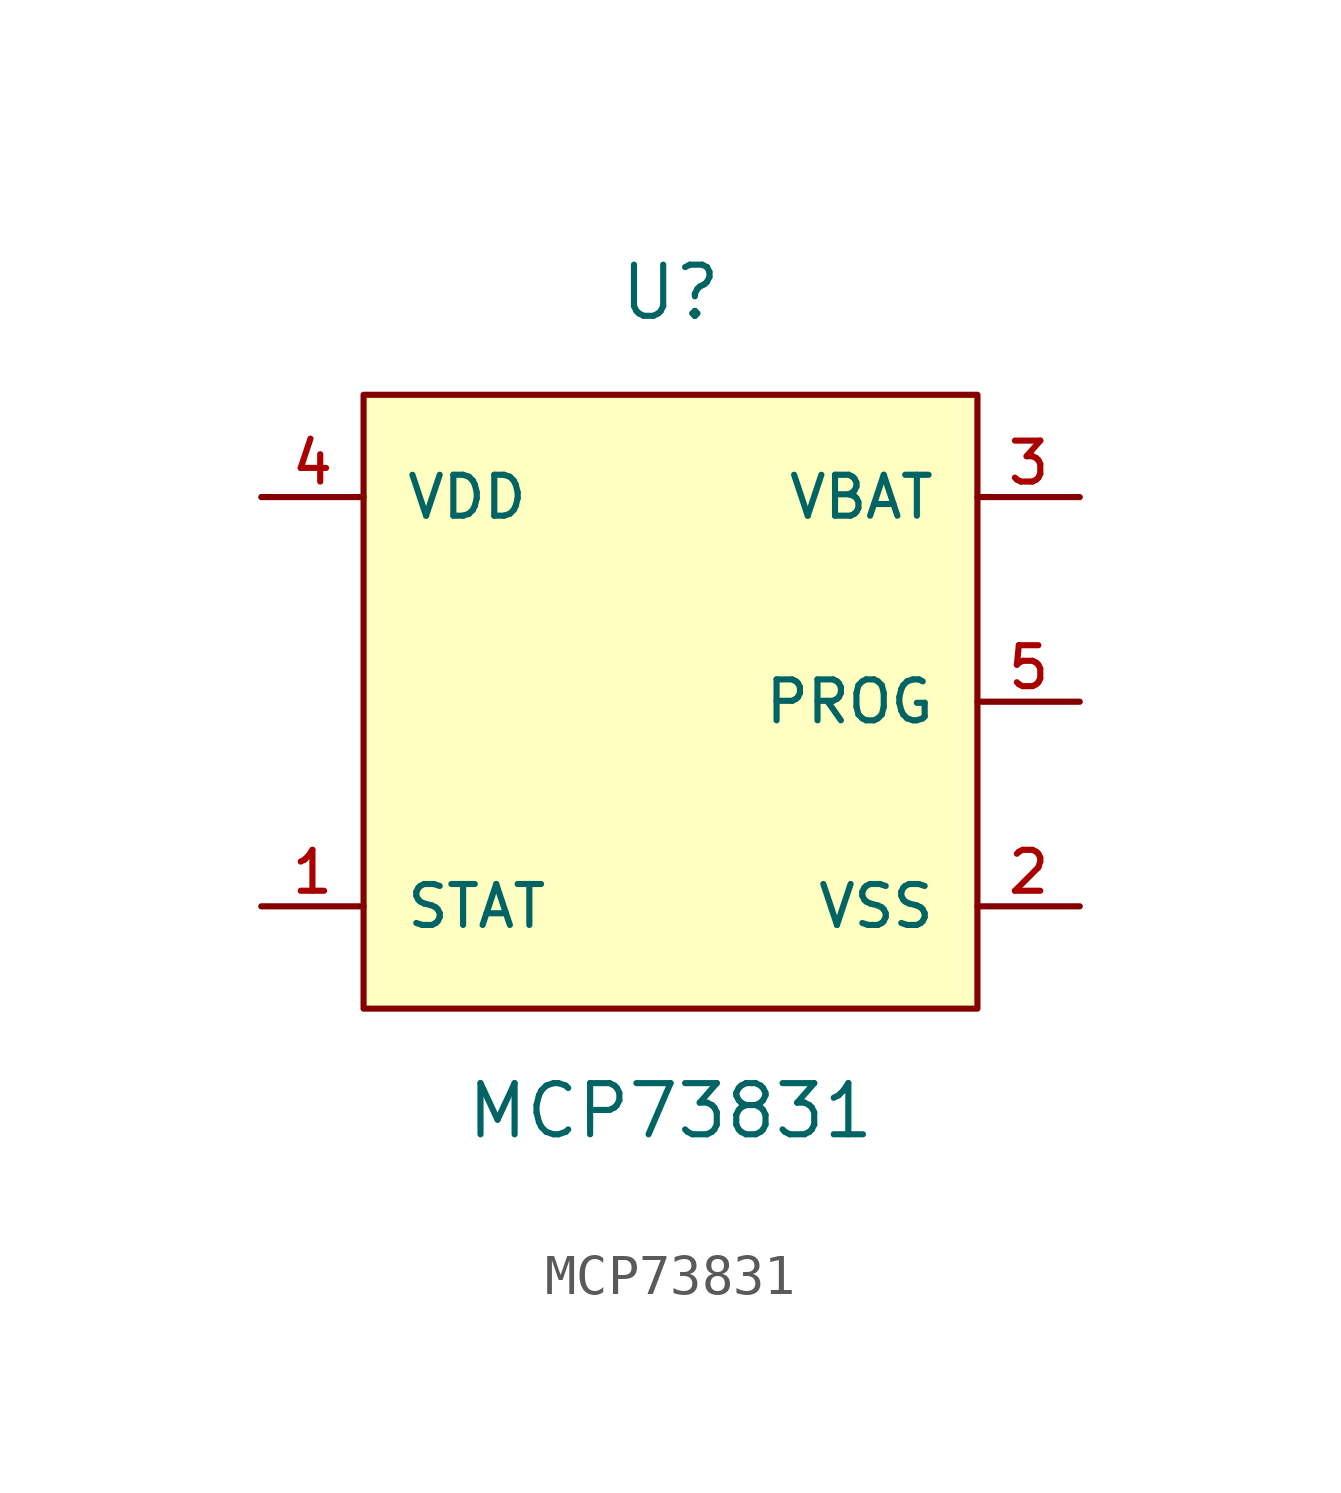
<source format=kicad_sym>
(kicad_symbol_lib
  (version 20211014)
  (generator kicad_symbol_editor)
  (symbol "MCP73831"
    (pin_names
      (offset 1.016))
    (property "Reference" "U"
      (at 0.0 10.16 0)
      (effects (font (size 1.27 1.27))))
    (property "Value" "MCP73831"
      (at 0.0 -10.16 0)
      (effects (font (size 1.27 1.27))))
    (symbol "MCP73831_0_0"
      (rectangle (start -7.62 -7.62) (end 7.62 7.62) (stroke (width 0.152)) (fill (type background)))
      (pin power_in line (at -10.16 5.08 0) (length 2.54) (name "VDD" (effects (font (size 1.016 1.016)))) (number "4" (effects (font (size 1.016 1.016)))))
      (pin power_in line (at 10.16 5.08 180.0) (length 2.54) (name "VBAT" (effects (font (size 1.016 1.016)))) (number "3" (effects (font (size 1.016 1.016)))))
      (pin power_in line (at 10.16 -5.08 180.0) (length 2.54) (name "VSS" (effects (font (size 1.016 1.016)))) (number "2" (effects (font (size 1.016 1.016)))))
      (pin bidirectional line (at -10.16 -5.08 0) (length 2.54) (name "STAT" (effects (font (size 1.016 1.016)))) (number "1" (effects (font (size 1.016 1.016)))))
      (pin bidirectional line (at 10.16 0.0 180.0) (length 2.54) (name "PROG" (effects (font (size 1.016 1.016)))) (number "5" (effects (font (size 1.016 1.016))))))))
</source>
